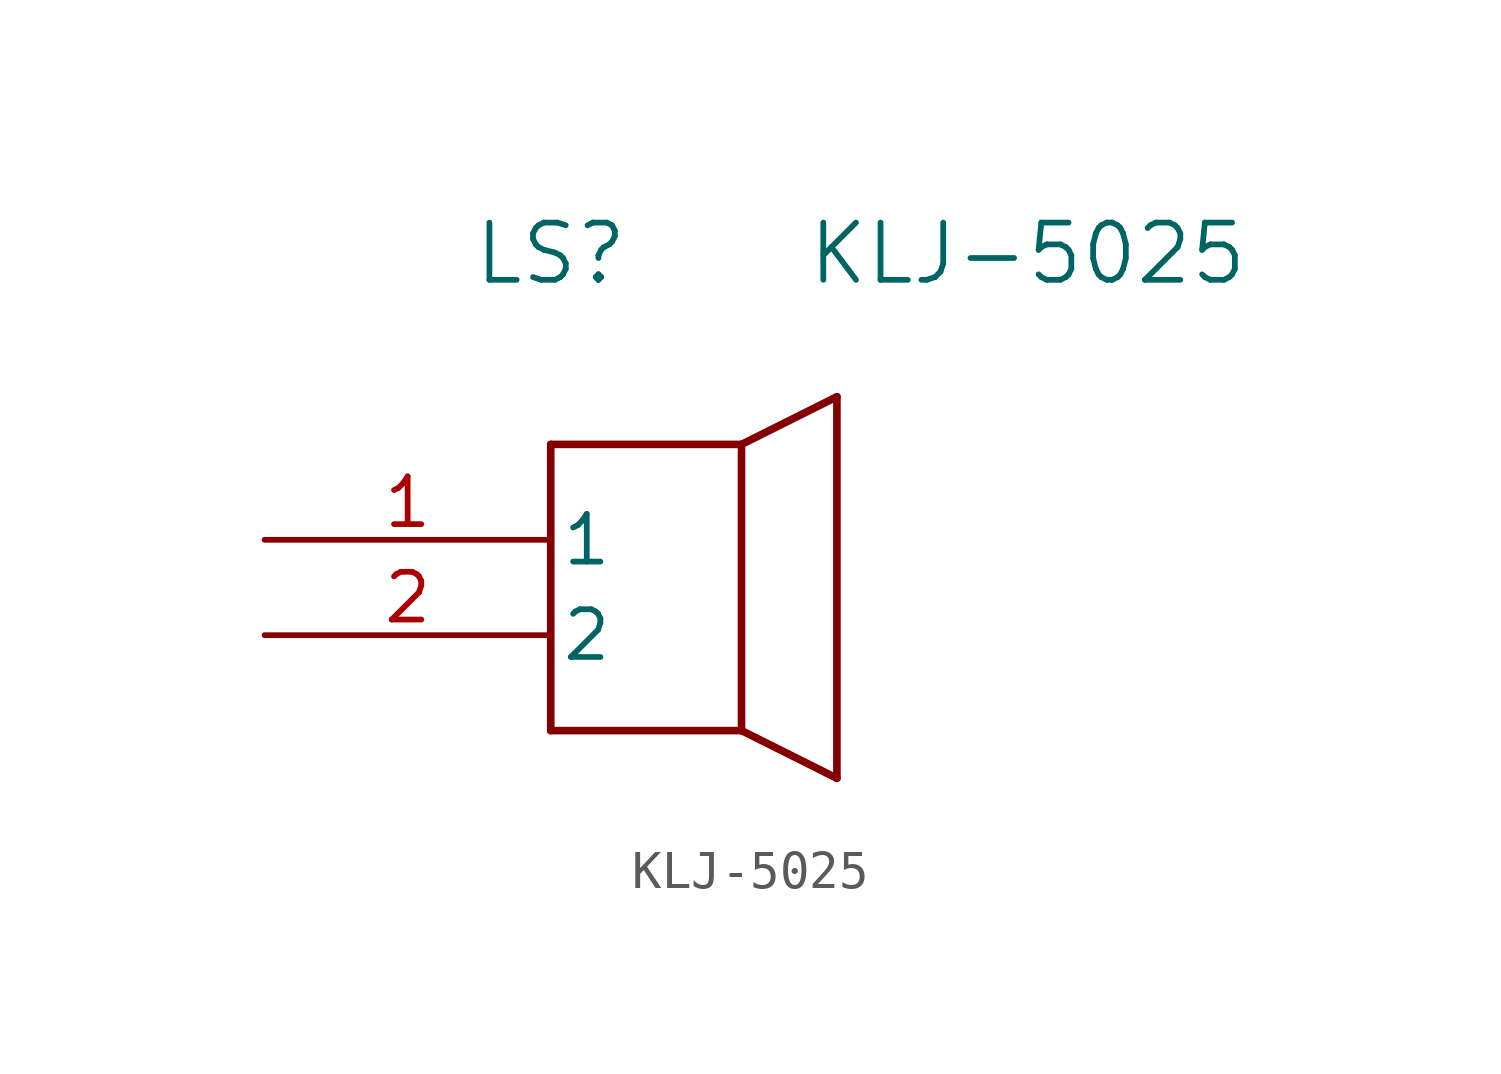
<source format=kicad_sym>
(kicad_symbol_lib
  (version 20211014)
  (generator kicad_symbol_editor)
  (symbol "KLJ-5025"
    (pin_names
      (offset 0.254))
    (property "Reference" "LS"
      (at 7.62 7.62 0)
      (effects (font (size 1.524 1.524))))
    (property "Value" "KLJ-5025"
      (at 20.32 7.62 0)
      (effects (font (size 1.524 1.524))))
    (symbol "KLJ-5025_0_1"
      (polyline (pts (xy 7.62 2.54) (xy 7.62 -5.08)) (stroke (width 0.203) (type default) (color 0 0 0 0)) (fill (type none)))
      (polyline (pts (xy 7.62 -5.08) (xy 12.7 -5.08)) (stroke (width 0.203) (type default) (color 0 0 0 0)) (fill (type none)))
      (polyline (pts (xy 12.7 -5.08) (xy 12.7 2.54)) (stroke (width 0.203) (type default) (color 0 0 0 0)) (fill (type none)))
      (polyline (pts (xy 12.7 2.54) (xy 7.62 2.54)) (stroke (width 0.203) (type default) (color 0 0 0 0)) (fill (type none)))
      (polyline (pts (xy 12.7 2.54) (xy 15.24 3.81)) (stroke (width 0.203) (type default) (color 0 0 0 0)) (fill (type none)))
      (polyline (pts (xy 15.24 3.81) (xy 15.24 -6.35)) (stroke (width 0.203) (type default) (color 0 0 0 0)) (fill (type none)))
      (polyline (pts (xy 15.24 -6.35) (xy 12.7 -5.08)) (stroke (width 0.203) (type default) (color 0 0 0 0)) (fill (type none)))
      (pin unspecified line (at 0 0 0) (length 7.62) (name "1" (effects (font (size 1.27 1.27)))) (number "1" (effects (font (size 1.27 1.27)))))
      (pin unspecified line (at 0 -2.54 0) (length 7.62) (name "2" (effects (font (size 1.27 1.27)))) (number "2" (effects (font (size 1.27 1.27))))))))
</source>
